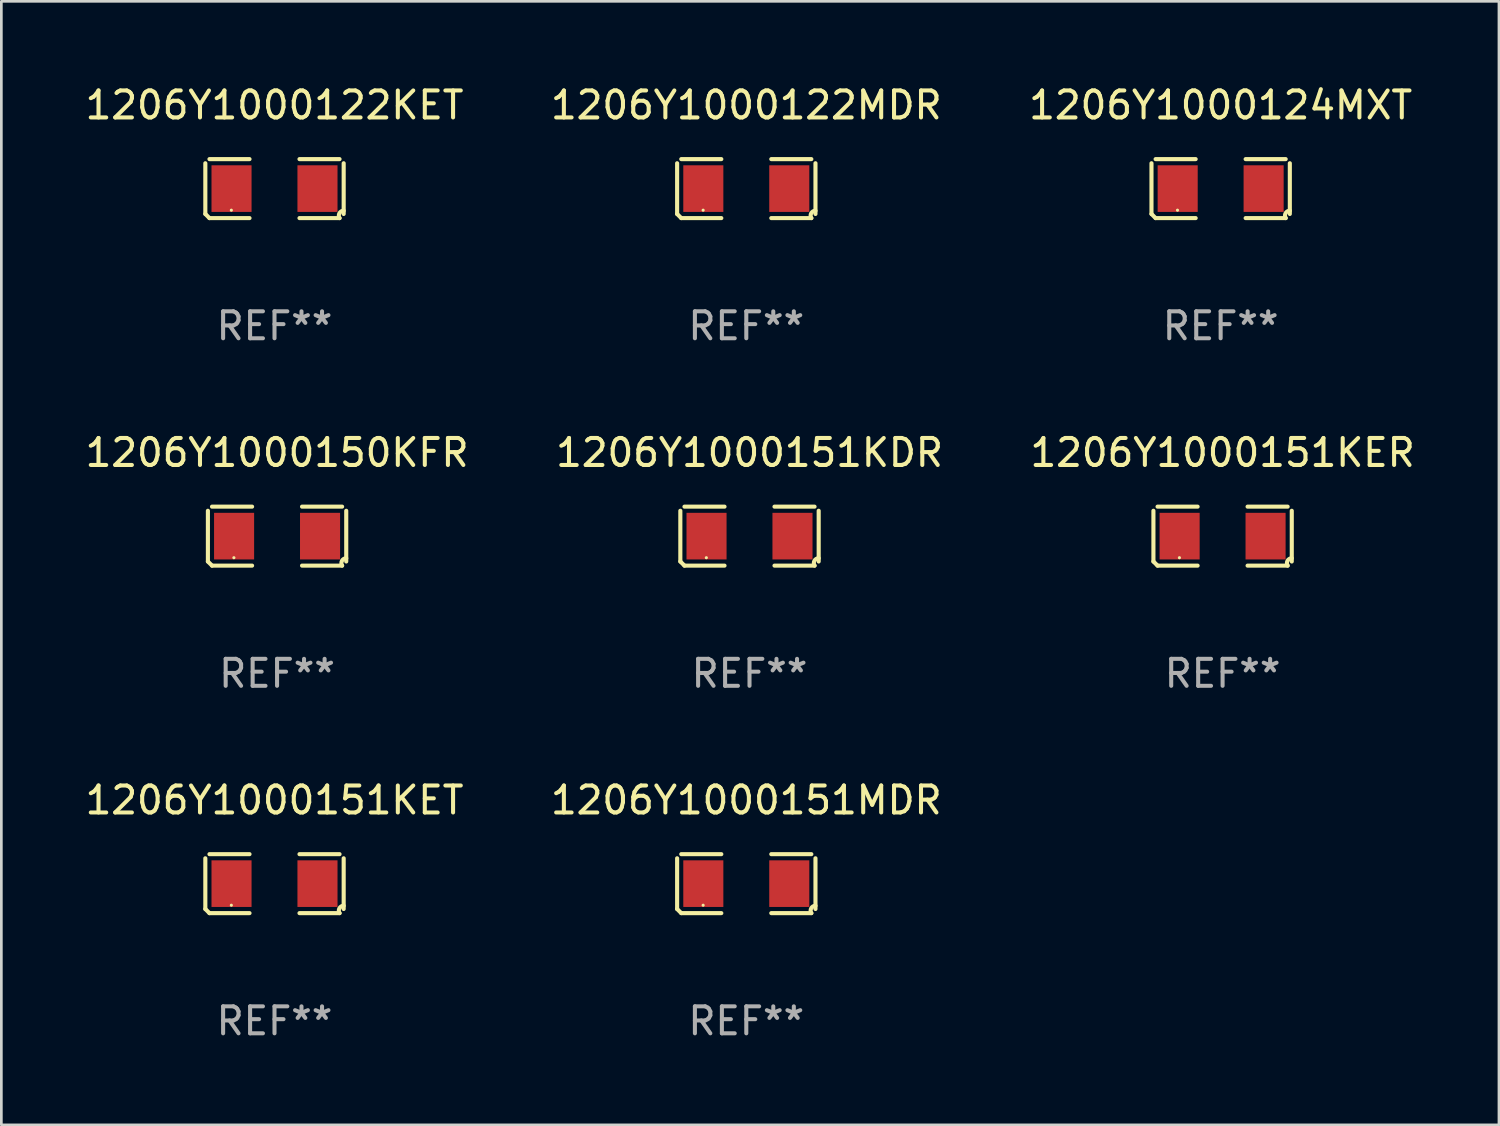
<source format=kicad_pcb>
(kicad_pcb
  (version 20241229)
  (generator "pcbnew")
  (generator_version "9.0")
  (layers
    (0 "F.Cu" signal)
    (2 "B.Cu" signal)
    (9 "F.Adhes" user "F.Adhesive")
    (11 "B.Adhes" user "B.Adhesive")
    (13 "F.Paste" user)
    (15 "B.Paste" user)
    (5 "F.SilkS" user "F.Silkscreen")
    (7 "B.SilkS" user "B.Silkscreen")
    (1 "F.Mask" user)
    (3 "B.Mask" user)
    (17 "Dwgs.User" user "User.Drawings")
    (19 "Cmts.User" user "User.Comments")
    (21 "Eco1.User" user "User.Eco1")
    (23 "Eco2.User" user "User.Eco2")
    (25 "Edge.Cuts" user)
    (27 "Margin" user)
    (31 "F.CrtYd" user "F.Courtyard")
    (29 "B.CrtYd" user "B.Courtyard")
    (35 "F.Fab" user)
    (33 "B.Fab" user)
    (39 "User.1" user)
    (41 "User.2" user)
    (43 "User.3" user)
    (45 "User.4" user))
  (footprint "1206Y1000151KET"
    (layer "F.Cu")
    (at 7.125 29.704)
    (property "Reference" "1206Y1000151KET" (at 0 -3.093 0) (layer "F.SilkS") (effects (font (size 1 1) (thickness 0.15))))
    (attr through_hole)
    (fp_line (start -2.564 0.94) (end -2.564 -0.94) (stroke (width 0.152) (type solid)) (layer "F.SilkS"))
    (fp_line (start -2.411 -1.093) (end -0.926 -1.093) (stroke (width 0.152) (type solid)) (layer "F.SilkS"))
    (fp_line (start -0.926 1.093) (end -2.411 1.093) (stroke (width 0.152) (type solid)) (layer "F.SilkS"))
    (fp_line (start 0.926 1.093) (end 2.411 1.093) (stroke (width 0.152) (type solid)) (layer "F.SilkS"))
    (fp_line (start 2.411 -1.093) (end 0.926 -1.093) (stroke (width 0.152) (type solid)) (layer "F.SilkS"))
    (fp_line (start 2.564 0.94) (end 2.564 -0.94) (stroke (width 0.152) (type solid)) (layer "F.SilkS"))
    (fp_arc (start -2.411201 1.092609) (mid -2.487413 1.01642) (end -2.563602 0.940208) (stroke (width 0.1524) (type solid)) (layer "F.SilkS"))
    (fp_arc (start 2.411201 1.092609) (mid 2.407159 0.911226) (end 2.563602 0.819347) (stroke (width 0.1524) (type solid)) (layer "F.SilkS"))
    (fp_circle (center -1.6 0.8) (end -1.57 0.8) (stroke (width 0.06) (type solid)) (fill no) (layer "F.SilkS"))
    (fp_text user "REF**" (at 0 5.093 0) (layer "F.Fab") (effects (font (size 1 1) (thickness 0.15))))
    (pad "1" smd rect (at -1.593 0) (size 1.485 1.728) (layers "F.Cu" "F.Mask" "F.Paste"))
    (pad "2" smd rect (at 1.593 0) (size 1.485 1.728) (layers "F.Cu" "F.Mask" "F.Paste")))
  (footprint "1206Y1000150KFR"
    (layer "F.Cu")
    (at 7.22 16.823)
    (property "Reference" "1206Y1000150KFR" (at 0 -3.093 0) (layer "F.SilkS") (effects (font (size 1 1) (thickness 0.15))))
    (attr through_hole)
    (fp_line (start -2.564 0.94) (end -2.564 -0.94) (stroke (width 0.152) (type solid)) (layer "F.SilkS"))
    (fp_line (start -2.411 -1.093) (end -0.926 -1.093) (stroke (width 0.152) (type solid)) (layer "F.SilkS"))
    (fp_line (start -0.926 1.093) (end -2.411 1.093) (stroke (width 0.152) (type solid)) (layer "F.SilkS"))
    (fp_line (start 0.926 1.093) (end 2.411 1.093) (stroke (width 0.152) (type solid)) (layer "F.SilkS"))
    (fp_line (start 2.411 -1.093) (end 0.926 -1.093) (stroke (width 0.152) (type solid)) (layer "F.SilkS"))
    (fp_line (start 2.564 0.94) (end 2.564 -0.94) (stroke (width 0.152) (type solid)) (layer "F.SilkS"))
    (fp_arc (start -2.411201 1.092609) (mid -2.487413 1.01642) (end -2.563602 0.940208) (stroke (width 0.1524) (type solid)) (layer "F.SilkS"))
    (fp_arc (start 2.411201 1.092609) (mid 2.407159 0.911226) (end 2.563602 0.819347) (stroke (width 0.1524) (type solid)) (layer "F.SilkS"))
    (fp_circle (center -1.6 0.8) (end -1.57 0.8) (stroke (width 0.06) (type solid)) (fill no) (layer "F.SilkS"))
    (fp_text user "REF**" (at 0 5.093 0) (layer "F.Fab") (effects (font (size 1 1) (thickness 0.15))))
    (pad "1" smd rect (at -1.593 0) (size 1.485 1.728) (layers "F.Cu" "F.Mask" "F.Paste"))
    (pad "2" smd rect (at 1.593 0) (size 1.485 1.728) (layers "F.Cu" "F.Mask" "F.Paste")))
  (footprint "1206Y1000122MDR"
    (layer "F.Cu")
    (at 24.613 3.941)
    (property "Reference" "1206Y1000122MDR" (at 0 -3.093 0) (layer "F.SilkS") (effects (font (size 1 1) (thickness 0.15))))
    (attr through_hole)
    (fp_line (start -2.564 0.94) (end -2.564 -0.94) (stroke (width 0.152) (type solid)) (layer "F.SilkS"))
    (fp_line (start -2.411 -1.093) (end -0.926 -1.093) (stroke (width 0.152) (type solid)) (layer "F.SilkS"))
    (fp_line (start -0.926 1.093) (end -2.411 1.093) (stroke (width 0.152) (type solid)) (layer "F.SilkS"))
    (fp_line (start 0.926 1.093) (end 2.411 1.093) (stroke (width 0.152) (type solid)) (layer "F.SilkS"))
    (fp_line (start 2.411 -1.093) (end 0.926 -1.093) (stroke (width 0.152) (type solid)) (layer "F.SilkS"))
    (fp_line (start 2.564 0.94) (end 2.564 -0.94) (stroke (width 0.152) (type solid)) (layer "F.SilkS"))
    (fp_arc (start -2.411201 1.092609) (mid -2.487413 1.01642) (end -2.563602 0.940208) (stroke (width 0.1524) (type solid)) (layer "F.SilkS"))
    (fp_arc (start 2.411201 1.092609) (mid 2.407159 0.911226) (end 2.563602 0.819347) (stroke (width 0.1524) (type solid)) (layer "F.SilkS"))
    (fp_circle (center -1.6 0.8) (end -1.57 0.8) (stroke (width 0.06) (type solid)) (fill no) (layer "F.SilkS"))
    (fp_text user "REF**" (at 0 5.093 0) (layer "F.Fab") (effects (font (size 1 1) (thickness 0.15))))
    (pad "1" smd rect (at -1.593 0) (size 1.485 1.728) (layers "F.Cu" "F.Mask" "F.Paste"))
    (pad "2" smd rect (at 1.593 0) (size 1.485 1.728) (layers "F.Cu" "F.Mask" "F.Paste")))
  (footprint "1206Y1000122KET"
    (layer "F.Cu")
    (at 7.125 3.941)
    (property "Reference" "1206Y1000122KET" (at 0 -3.093 0) (layer "F.SilkS") (effects (font (size 1 1) (thickness 0.15))))
    (attr through_hole)
    (fp_line (start -2.564 0.94) (end -2.564 -0.94) (stroke (width 0.152) (type solid)) (layer "F.SilkS"))
    (fp_line (start -2.411 -1.093) (end -0.926 -1.093) (stroke (width 0.152) (type solid)) (layer "F.SilkS"))
    (fp_line (start -0.926 1.093) (end -2.411 1.093) (stroke (width 0.152) (type solid)) (layer "F.SilkS"))
    (fp_line (start 0.926 1.093) (end 2.411 1.093) (stroke (width 0.152) (type solid)) (layer "F.SilkS"))
    (fp_line (start 2.411 -1.093) (end 0.926 -1.093) (stroke (width 0.152) (type solid)) (layer "F.SilkS"))
    (fp_line (start 2.564 0.94) (end 2.564 -0.94) (stroke (width 0.152) (type solid)) (layer "F.SilkS"))
    (fp_arc (start -2.411201 1.092609) (mid -2.487413 1.01642) (end -2.563602 0.940208) (stroke (width 0.1524) (type solid)) (layer "F.SilkS"))
    (fp_arc (start 2.411201 1.092609) (mid 2.407159 0.911226) (end 2.563602 0.819347) (stroke (width 0.1524) (type solid)) (layer "F.SilkS"))
    (fp_circle (center -1.6 0.8) (end -1.57 0.8) (stroke (width 0.06) (type solid)) (fill no) (layer "F.SilkS"))
    (fp_text user "REF**" (at 0 5.093 0) (layer "F.Fab") (effects (font (size 1 1) (thickness 0.15))))
    (pad "1" smd rect (at -1.593 0) (size 1.485 1.728) (layers "F.Cu" "F.Mask" "F.Paste"))
    (pad "2" smd rect (at 1.593 0) (size 1.485 1.728) (layers "F.Cu" "F.Mask" "F.Paste")))
  (footprint "1206Y1000151MDR"
    (layer "F.Cu")
    (at 24.613 29.704)
    (property "Reference" "1206Y1000151MDR" (at 0 -3.093 0) (layer "F.SilkS") (effects (font (size 1 1) (thickness 0.15))))
    (attr through_hole)
    (fp_line (start -2.564 0.94) (end -2.564 -0.94) (stroke (width 0.152) (type solid)) (layer "F.SilkS"))
    (fp_line (start -2.411 -1.093) (end -0.926 -1.093) (stroke (width 0.152) (type solid)) (layer "F.SilkS"))
    (fp_line (start -0.926 1.093) (end -2.411 1.093) (stroke (width 0.152) (type solid)) (layer "F.SilkS"))
    (fp_line (start 0.926 1.093) (end 2.411 1.093) (stroke (width 0.152) (type solid)) (layer "F.SilkS"))
    (fp_line (start 2.411 -1.093) (end 0.926 -1.093) (stroke (width 0.152) (type solid)) (layer "F.SilkS"))
    (fp_line (start 2.564 0.94) (end 2.564 -0.94) (stroke (width 0.152) (type solid)) (layer "F.SilkS"))
    (fp_arc (start -2.411201 1.092609) (mid -2.487413 1.01642) (end -2.563602 0.940208) (stroke (width 0.1524) (type solid)) (layer "F.SilkS"))
    (fp_arc (start 2.411201 1.092609) (mid 2.407159 0.911226) (end 2.563602 0.819347) (stroke (width 0.1524) (type solid)) (layer "F.SilkS"))
    (fp_circle (center -1.6 0.8) (end -1.57 0.8) (stroke (width 0.06) (type solid)) (fill no) (layer "F.SilkS"))
    (fp_text user "REF**" (at 0 5.093 0) (layer "F.Fab") (effects (font (size 1 1) (thickness 0.15))))
    (pad "1" smd rect (at -1.593 0) (size 1.485 1.728) (layers "F.Cu" "F.Mask" "F.Paste"))
    (pad "2" smd rect (at 1.593 0) (size 1.485 1.728) (layers "F.Cu" "F.Mask" "F.Paste")))
  (footprint "1206Y1000151KER"
    (layer "F.Cu")
    (at 42.268 16.823)
    (property "Reference" "1206Y1000151KER" (at 0 -3.093 0) (layer "F.SilkS") (effects (font (size 1 1) (thickness 0.15))))
    (attr through_hole)
    (fp_line (start -2.564 0.94) (end -2.564 -0.94) (stroke (width 0.152) (type solid)) (layer "F.SilkS"))
    (fp_line (start -2.411 -1.093) (end -0.926 -1.093) (stroke (width 0.152) (type solid)) (layer "F.SilkS"))
    (fp_line (start -0.926 1.093) (end -2.411 1.093) (stroke (width 0.152) (type solid)) (layer "F.SilkS"))
    (fp_line (start 0.926 1.093) (end 2.411 1.093) (stroke (width 0.152) (type solid)) (layer "F.SilkS"))
    (fp_line (start 2.411 -1.093) (end 0.926 -1.093) (stroke (width 0.152) (type solid)) (layer "F.SilkS"))
    (fp_line (start 2.564 0.94) (end 2.564 -0.94) (stroke (width 0.152) (type solid)) (layer "F.SilkS"))
    (fp_arc (start -2.411201 1.092609) (mid -2.487413 1.01642) (end -2.563602 0.940208) (stroke (width 0.1524) (type solid)) (layer "F.SilkS"))
    (fp_arc (start 2.411201 1.092609) (mid 2.407159 0.911226) (end 2.563602 0.819347) (stroke (width 0.1524) (type solid)) (layer "F.SilkS"))
    (fp_circle (center -1.6 0.8) (end -1.57 0.8) (stroke (width 0.06) (type solid)) (fill no) (layer "F.SilkS"))
    (fp_text user "REF**" (at 0 5.093 0) (layer "F.Fab") (effects (font (size 1 1) (thickness 0.15))))
    (pad "1" smd rect (at -1.593 0) (size 1.485 1.728) (layers "F.Cu" "F.Mask" "F.Paste"))
    (pad "2" smd rect (at 1.593 0) (size 1.485 1.728) (layers "F.Cu" "F.Mask" "F.Paste")))
  (footprint "1206Y1000124MXT"
    (layer "F.Cu")
    (at 42.196 3.941)
    (property "Reference" "1206Y1000124MXT" (at 0 -3.093 0) (layer "F.SilkS") (effects (font (size 1 1) (thickness 0.15))))
    (attr through_hole)
    (fp_line (start -2.564 0.94) (end -2.564 -0.94) (stroke (width 0.152) (type solid)) (layer "F.SilkS"))
    (fp_line (start -2.411 -1.093) (end -0.926 -1.093) (stroke (width 0.152) (type solid)) (layer "F.SilkS"))
    (fp_line (start -0.926 1.093) (end -2.411 1.093) (stroke (width 0.152) (type solid)) (layer "F.SilkS"))
    (fp_line (start 0.926 1.093) (end 2.411 1.093) (stroke (width 0.152) (type solid)) (layer "F.SilkS"))
    (fp_line (start 2.411 -1.093) (end 0.926 -1.093) (stroke (width 0.152) (type solid)) (layer "F.SilkS"))
    (fp_line (start 2.564 0.94) (end 2.564 -0.94) (stroke (width 0.152) (type solid)) (layer "F.SilkS"))
    (fp_arc (start -2.411201 1.092609) (mid -2.487413 1.01642) (end -2.563602 0.940208) (stroke (width 0.1524) (type solid)) (layer "F.SilkS"))
    (fp_arc (start 2.411201 1.092609) (mid 2.407159 0.911226) (end 2.563602 0.819347) (stroke (width 0.1524) (type solid)) (layer "F.SilkS"))
    (fp_circle (center -1.6 0.8) (end -1.57 0.8) (stroke (width 0.06) (type solid)) (fill no) (layer "F.SilkS"))
    (fp_text user "REF**" (at 0 5.093 0) (layer "F.Fab") (effects (font (size 1 1) (thickness 0.15))))
    (pad "1" smd rect (at -1.593 0) (size 1.485 1.728) (layers "F.Cu" "F.Mask" "F.Paste"))
    (pad "2" smd rect (at 1.593 0) (size 1.485 1.728) (layers "F.Cu" "F.Mask" "F.Paste")))
  (footprint "1206Y1000151KDR"
    (layer "F.Cu")
    (at 24.732 16.823)
    (property "Reference" "1206Y1000151KDR" (at 0 -3.093 0) (layer "F.SilkS") (effects (font (size 1 1) (thickness 0.15))))
    (attr through_hole)
    (fp_line (start -2.564 0.94) (end -2.564 -0.94) (stroke (width 0.152) (type solid)) (layer "F.SilkS"))
    (fp_line (start -2.411 -1.093) (end -0.926 -1.093) (stroke (width 0.152) (type solid)) (layer "F.SilkS"))
    (fp_line (start -0.926 1.093) (end -2.411 1.093) (stroke (width 0.152) (type solid)) (layer "F.SilkS"))
    (fp_line (start 0.926 1.093) (end 2.411 1.093) (stroke (width 0.152) (type solid)) (layer "F.SilkS"))
    (fp_line (start 2.411 -1.093) (end 0.926 -1.093) (stroke (width 0.152) (type solid)) (layer "F.SilkS"))
    (fp_line (start 2.564 0.94) (end 2.564 -0.94) (stroke (width 0.152) (type solid)) (layer "F.SilkS"))
    (fp_arc (start -2.411201 1.092609) (mid -2.487413 1.01642) (end -2.563602 0.940208) (stroke (width 0.1524) (type solid)) (layer "F.SilkS"))
    (fp_arc (start 2.411201 1.092609) (mid 2.407159 0.911226) (end 2.563602 0.819347) (stroke (width 0.1524) (type solid)) (layer "F.SilkS"))
    (fp_circle (center -1.6 0.8) (end -1.57 0.8) (stroke (width 0.06) (type solid)) (fill no) (layer "F.SilkS"))
    (fp_text user "REF**" (at 0 5.093 0) (layer "F.Fab") (effects (font (size 1 1) (thickness 0.15))))
    (pad "1" smd rect (at -1.593 0) (size 1.485 1.728) (layers "F.Cu" "F.Mask" "F.Paste"))
    (pad "2" smd rect (at 1.593 0) (size 1.485 1.728) (layers "F.Cu" "F.Mask" "F.Paste")))
  (gr_rect
    (start -3 -3)
    (end 52.512 38.645)
    (stroke (width 0.1) (type default))
    (fill no)
    (layer "Edge.Cuts")))
</source>
